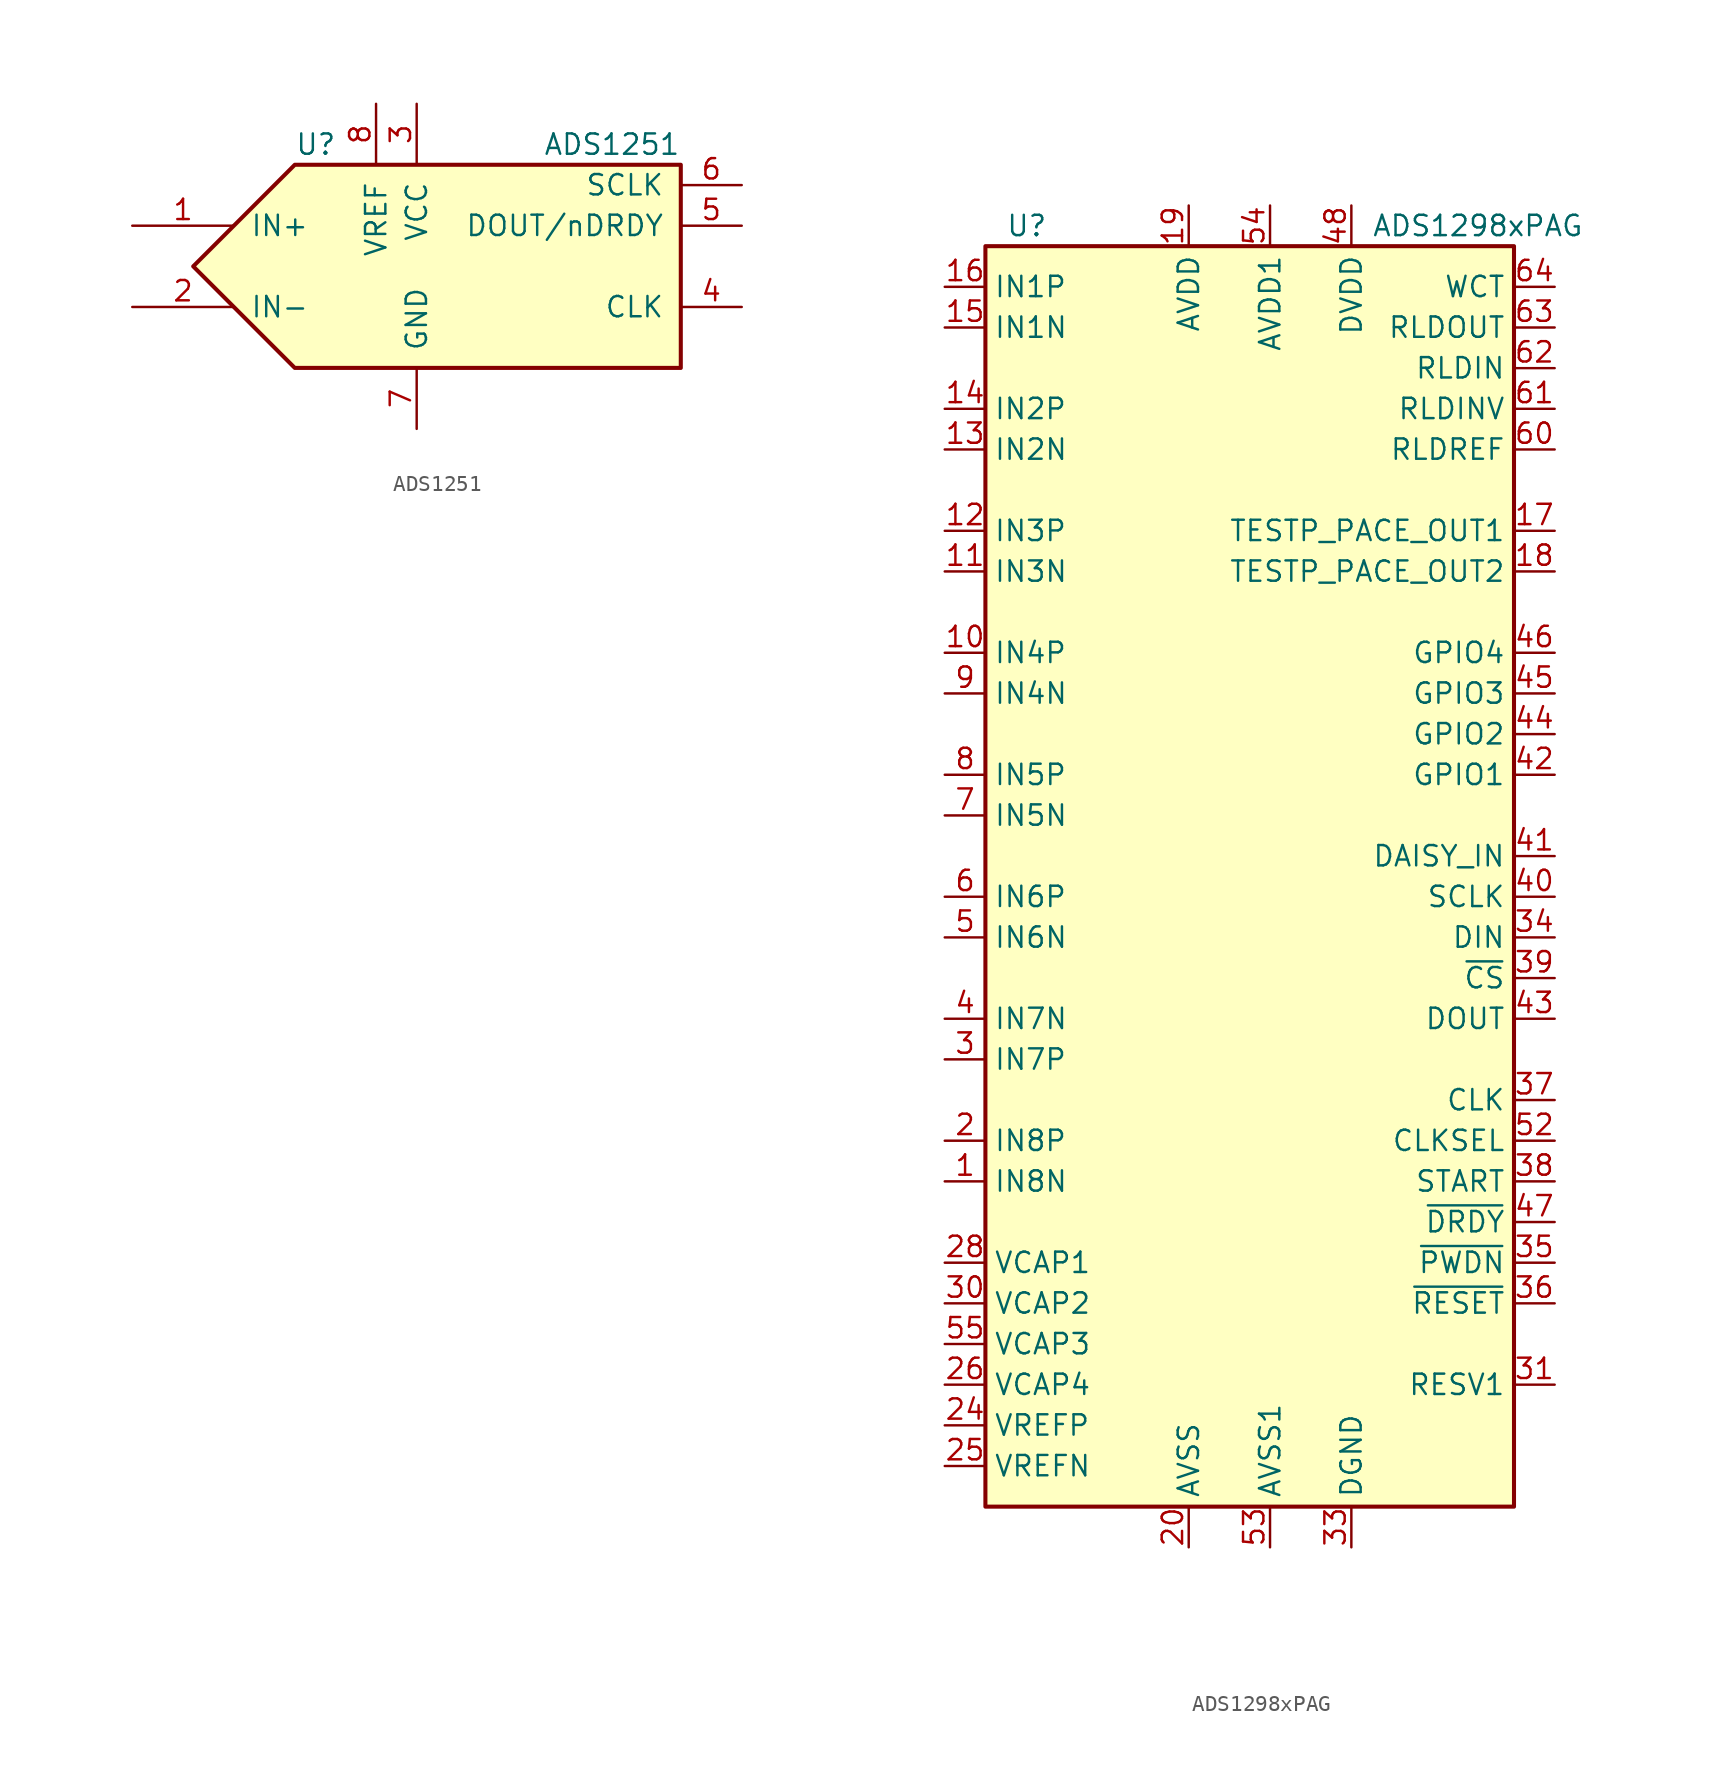
<source format=kicad_sym>
(kicad_symbol_lib
  (version 20201005)
  (generator kicad_symbol_editor)
  (symbol "Analog_ADC:ADS1251"
    (pin_names
      (offset 1.016))
    (property "Reference" "U"
      (at -10.16 7.62 0)
      (effects (font (size 1.27 1.27)) (justify left)))
    (property "Value" "ADS1251"
      (at 13.97 7.62 0)
      (effects (font (size 1.27 1.27)) (justify right)))
    (symbol "ADS1251_0_1"
      (polyline (pts (xy 13.97 6.35) (xy -10.16 6.35) (xy -16.51 0) (xy -10.16 -6.35) (xy 11.43 -6.35) (xy 13.97 -6.35) (xy 13.97 6.35)) (stroke (width 0.254)) (fill (type background))))
    (symbol "ADS1251_1_1"
      (pin input line (at -20.32 2.54 0) (length 6.35) (name "IN+" (effects (font (size 1.27 1.27)))) (number "1" (effects (font (size 1.27 1.27)))))
      (pin input line (at -20.32 -2.54 0) (length 6.35) (name "IN-" (effects (font (size 1.27 1.27)))) (number "2" (effects (font (size 1.27 1.27)))))
      (pin power_in line (at -2.54 10.16 270) (length 3.81) (name "VCC" (effects (font (size 1.27 1.27)))) (number "3" (effects (font (size 1.27 1.27)))))
      (pin input line (at 17.78 -2.54 180) (length 3.81) (name "CLK" (effects (font (size 1.27 1.27)))) (number "4" (effects (font (size 1.27 1.27)))))
      (pin output line (at 17.78 2.54 180) (length 3.81) (name "DOUT/nDRDY" (effects (font (size 1.27 1.27)))) (number "5" (effects (font (size 1.27 1.27)))))
      (pin input line (at 17.78 5.08 180) (length 3.81) (name "SCLK" (effects (font (size 1.27 1.27)))) (number "6" (effects (font (size 1.27 1.27)))))
      (pin power_in line (at -2.54 -10.16 90) (length 3.81) (name "GND" (effects (font (size 1.27 1.27)))) (number "7" (effects (font (size 1.27 1.27)))))
      (pin input line (at -5.08 10.16 270) (length 3.81) (name "VREF" (effects (font (size 1.27 1.27)))) (number "8" (effects (font (size 1.27 1.27)))))))
  (symbol "Analog_ADC:ADS1298xPAG"
    (property "Reference" "U"
      (at -16.51 44.45 0)
      (effects (font (size 1.27 1.27)) (justify left)))
    (property "Value" "ADS1298xPAG"
      (at 6.35 44.45 0)
      (effects (font (size 1.27 1.27)) (justify left)))
    (symbol "ADS1298xPAG_0_1"
      (rectangle (start -17.78 43.18) (end 15.24 -35.56) (stroke (width 0.254)) (fill (type background))))
    (symbol "ADS1298xPAG_1_1"
      (pin input line (at -20.32 -15.24 0) (length 2.54) (name "IN8N" (effects (font (size 1.27 1.27)))) (number "1" (effects (font (size 1.27 1.27)))))
      (pin input line (at -20.32 17.78 0) (length 2.54) (name "IN4P" (effects (font (size 1.27 1.27)))) (number "10" (effects (font (size 1.27 1.27)))))
      (pin input line (at -20.32 22.86 0) (length 2.54) (name "IN3N" (effects (font (size 1.27 1.27)))) (number "11" (effects (font (size 1.27 1.27)))))
      (pin input line (at -20.32 25.4 0) (length 2.54) (name "IN3P" (effects (font (size 1.27 1.27)))) (number "12" (effects (font (size 1.27 1.27)))))
      (pin input line (at -20.32 30.48 0) (length 2.54) (name "IN2N" (effects (font (size 1.27 1.27)))) (number "13" (effects (font (size 1.27 1.27)))))
      (pin input line (at -20.32 33.02 0) (length 2.54) (name "IN2P" (effects (font (size 1.27 1.27)))) (number "14" (effects (font (size 1.27 1.27)))))
      (pin input line (at -20.32 38.1 0) (length 2.54) (name "IN1N" (effects (font (size 1.27 1.27)))) (number "15" (effects (font (size 1.27 1.27)))))
      (pin input line (at -20.32 40.64 0) (length 2.54) (name "IN1P" (effects (font (size 1.27 1.27)))) (number "16" (effects (font (size 1.27 1.27)))))
      (pin bidirectional line (at 17.78 25.4 180) (length 2.54) (name "TESTP_PACE_OUT1" (effects (font (size 1.27 1.27)))) (number "17" (effects (font (size 1.27 1.27)))))
      (pin bidirectional line (at 17.78 22.86 180) (length 2.54) (name "TESTP_PACE_OUT2" (effects (font (size 1.27 1.27)))) (number "18" (effects (font (size 1.27 1.27)))))
      (pin power_in line (at -5.08 45.72 270) (length 2.54) (name "AVDD" (effects (font (size 1.27 1.27)))) (number "19" (effects (font (size 1.27 1.27)))))
      (pin input line (at -20.32 -12.7 0) (length 2.54) (name "IN8P" (effects (font (size 1.27 1.27)))) (number "2" (effects (font (size 1.27 1.27)))))
      (pin power_in line (at -5.08 -38.1 90) (length 2.54) (name "AVSS" (effects (font (size 1.27 1.27)))) (number "20" (effects (font (size 1.27 1.27)))))
      (pin passive line (at -5.08 45.72 270) (length 2.54) hide (name "AVDD" (effects (font (size 1.27 1.27)))) (number "21" (effects (font (size 1.27 1.27)))))
      (pin passive line (at -5.08 45.72 270) (length 2.54) hide (name "AVDD" (effects (font (size 1.27 1.27)))) (number "22" (effects (font (size 1.27 1.27)))))
      (pin passive line (at -5.08 -38.1 90) (length 2.54) hide (name "AVSS" (effects (font (size 1.27 1.27)))) (number "23" (effects (font (size 1.27 1.27)))))
      (pin passive line (at -20.32 -30.48 0) (length 2.54) (name "VREFP" (effects (font (size 1.27 1.27)))) (number "24" (effects (font (size 1.27 1.27)))))
      (pin passive line (at -20.32 -33.02 0) (length 2.54) (name "VREFN" (effects (font (size 1.27 1.27)))) (number "25" (effects (font (size 1.27 1.27)))))
      (pin passive line (at -20.32 -27.94 0) (length 2.54) (name "VCAP4" (effects (font (size 1.27 1.27)))) (number "26" (effects (font (size 1.27 1.27)))))
      (pin no_connect line (at 15.24 -30.48 180) (length 2.54) hide (name "NC" (effects (font (size 1.27 1.27)))) (number "27" (effects (font (size 1.27 1.27)))))
      (pin passive line (at -20.32 -20.32 0) (length 2.54) (name "VCAP1" (effects (font (size 1.27 1.27)))) (number "28" (effects (font (size 1.27 1.27)))))
      (pin no_connect line (at 15.24 -33.02 180) (length 2.54) hide (name "NC" (effects (font (size 1.27 1.27)))) (number "29" (effects (font (size 1.27 1.27)))))
      (pin input line (at -20.32 -7.62 0) (length 2.54) (name "IN7P" (effects (font (size 1.27 1.27)))) (number "3" (effects (font (size 1.27 1.27)))))
      (pin passive line (at -20.32 -22.86 0) (length 2.54) (name "VCAP2" (effects (font (size 1.27 1.27)))) (number "30" (effects (font (size 1.27 1.27)))))
      (pin input line (at 17.78 -27.94 180) (length 2.54) (name "RESV1" (effects (font (size 1.27 1.27)))) (number "31" (effects (font (size 1.27 1.27)))))
      (pin passive line (at -5.08 -38.1 90) (length 2.54) hide (name "AVSS" (effects (font (size 1.27 1.27)))) (number "32" (effects (font (size 1.27 1.27)))))
      (pin power_in line (at 5.08 -38.1 90) (length 2.54) (name "DGND" (effects (font (size 1.27 1.27)))) (number "33" (effects (font (size 1.27 1.27)))))
      (pin input line (at 17.78 0 180) (length 2.54) (name "DIN" (effects (font (size 1.27 1.27)))) (number "34" (effects (font (size 1.27 1.27)))))
      (pin input line (at 17.78 -20.32 180) (length 2.54) (name "~PWDN" (effects (font (size 1.27 1.27)))) (number "35" (effects (font (size 1.27 1.27)))))
      (pin input line (at 17.78 -22.86 180) (length 2.54) (name "~RESET" (effects (font (size 1.27 1.27)))) (number "36" (effects (font (size 1.27 1.27)))))
      (pin bidirectional line (at 17.78 -10.16 180) (length 2.54) (name "CLK" (effects (font (size 1.27 1.27)))) (number "37" (effects (font (size 1.27 1.27)))))
      (pin input line (at 17.78 -15.24 180) (length 2.54) (name "START" (effects (font (size 1.27 1.27)))) (number "38" (effects (font (size 1.27 1.27)))))
      (pin input line (at 17.78 -2.54 180) (length 2.54) (name "~CS" (effects (font (size 1.27 1.27)))) (number "39" (effects (font (size 1.27 1.27)))))
      (pin input line (at -20.32 -5.08 0) (length 2.54) (name "IN7N" (effects (font (size 1.27 1.27)))) (number "4" (effects (font (size 1.27 1.27)))))
      (pin input line (at 17.78 2.54 180) (length 2.54) (name "SCLK" (effects (font (size 1.27 1.27)))) (number "40" (effects (font (size 1.27 1.27)))))
      (pin input line (at 17.78 5.08 180) (length 2.54) (name "DAISY_IN" (effects (font (size 1.27 1.27)))) (number "41" (effects (font (size 1.27 1.27)))))
      (pin bidirectional line (at 17.78 10.16 180) (length 2.54) (name "GPIO1" (effects (font (size 1.27 1.27)))) (number "42" (effects (font (size 1.27 1.27)))))
      (pin output line (at 17.78 -5.08 180) (length 2.54) (name "DOUT" (effects (font (size 1.27 1.27)))) (number "43" (effects (font (size 1.27 1.27)))))
      (pin bidirectional line (at 17.78 12.7 180) (length 2.54) (name "GPIO2" (effects (font (size 1.27 1.27)))) (number "44" (effects (font (size 1.27 1.27)))))
      (pin bidirectional line (at 17.78 15.24 180) (length 2.54) (name "GPIO3" (effects (font (size 1.27 1.27)))) (number "45" (effects (font (size 1.27 1.27)))))
      (pin bidirectional line (at 17.78 17.78 180) (length 2.54) (name "GPIO4" (effects (font (size 1.27 1.27)))) (number "46" (effects (font (size 1.27 1.27)))))
      (pin output line (at 17.78 -17.78 180) (length 2.54) (name "~DRDY" (effects (font (size 1.27 1.27)))) (number "47" (effects (font (size 1.27 1.27)))))
      (pin power_in line (at 5.08 45.72 270) (length 2.54) (name "DVDD" (effects (font (size 1.27 1.27)))) (number "48" (effects (font (size 1.27 1.27)))))
      (pin passive line (at 5.08 -38.1 90) (length 2.54) hide (name "DGND" (effects (font (size 1.27 1.27)))) (number "49" (effects (font (size 1.27 1.27)))))
      (pin input line (at -20.32 0 0) (length 2.54) (name "IN6N" (effects (font (size 1.27 1.27)))) (number "5" (effects (font (size 1.27 1.27)))))
      (pin passive line (at 5.08 45.72 270) (length 2.54) hide (name "DVDD" (effects (font (size 1.27 1.27)))) (number "50" (effects (font (size 1.27 1.27)))))
      (pin passive line (at 5.08 -38.1 90) (length 2.54) hide (name "DGND" (effects (font (size 1.27 1.27)))) (number "51" (effects (font (size 1.27 1.27)))))
      (pin input line (at 17.78 -12.7 180) (length 2.54) (name "CLKSEL" (effects (font (size 1.27 1.27)))) (number "52" (effects (font (size 1.27 1.27)))))
      (pin power_in line (at 0 -38.1 90) (length 2.54) (name "AVSS1" (effects (font (size 1.27 1.27)))) (number "53" (effects (font (size 1.27 1.27)))))
      (pin power_in line (at 0 45.72 270) (length 2.54) (name "AVDD1" (effects (font (size 1.27 1.27)))) (number "54" (effects (font (size 1.27 1.27)))))
      (pin passive line (at -20.32 -25.4 0) (length 2.54) (name "VCAP3" (effects (font (size 1.27 1.27)))) (number "55" (effects (font (size 1.27 1.27)))))
      (pin passive line (at -5.08 45.72 270) (length 2.54) hide (name "AVDD" (effects (font (size 1.27 1.27)))) (number "56" (effects (font (size 1.27 1.27)))))
      (pin passive line (at -5.08 -38.1 90) (length 2.54) hide (name "AVSS" (effects (font (size 1.27 1.27)))) (number "57" (effects (font (size 1.27 1.27)))))
      (pin passive line (at -5.08 -38.1 90) (length 2.54) hide (name "AVSS" (effects (font (size 1.27 1.27)))) (number "58" (effects (font (size 1.27 1.27)))))
      (pin passive line (at -5.08 45.72 270) (length 2.54) hide (name "AVDD" (effects (font (size 1.27 1.27)))) (number "59" (effects (font (size 1.27 1.27)))))
      (pin input line (at -20.32 2.54 0) (length 2.54) (name "IN6P" (effects (font (size 1.27 1.27)))) (number "6" (effects (font (size 1.27 1.27)))))
      (pin input line (at 17.78 30.48 180) (length 2.54) (name "RLDREF" (effects (font (size 1.27 1.27)))) (number "60" (effects (font (size 1.27 1.27)))))
      (pin input line (at 17.78 33.02 180) (length 2.54) (name "RLDINV" (effects (font (size 1.27 1.27)))) (number "61" (effects (font (size 1.27 1.27)))))
      (pin input line (at 17.78 35.56 180) (length 2.54) (name "RLDIN" (effects (font (size 1.27 1.27)))) (number "62" (effects (font (size 1.27 1.27)))))
      (pin output line (at 17.78 38.1 180) (length 2.54) (name "RLDOUT" (effects (font (size 1.27 1.27)))) (number "63" (effects (font (size 1.27 1.27)))))
      (pin output line (at 17.78 40.64 180) (length 2.54) (name "WCT" (effects (font (size 1.27 1.27)))) (number "64" (effects (font (size 1.27 1.27)))))
      (pin input line (at -20.32 7.62 0) (length 2.54) (name "IN5N" (effects (font (size 1.27 1.27)))) (number "7" (effects (font (size 1.27 1.27)))))
      (pin input line (at -20.32 10.16 0) (length 2.54) (name "IN5P" (effects (font (size 1.27 1.27)))) (number "8" (effects (font (size 1.27 1.27)))))
      (pin input line (at -20.32 15.24 0) (length 2.54) (name "IN4N" (effects (font (size 1.27 1.27)))) (number "9" (effects (font (size 1.27 1.27))))))))
</source>
